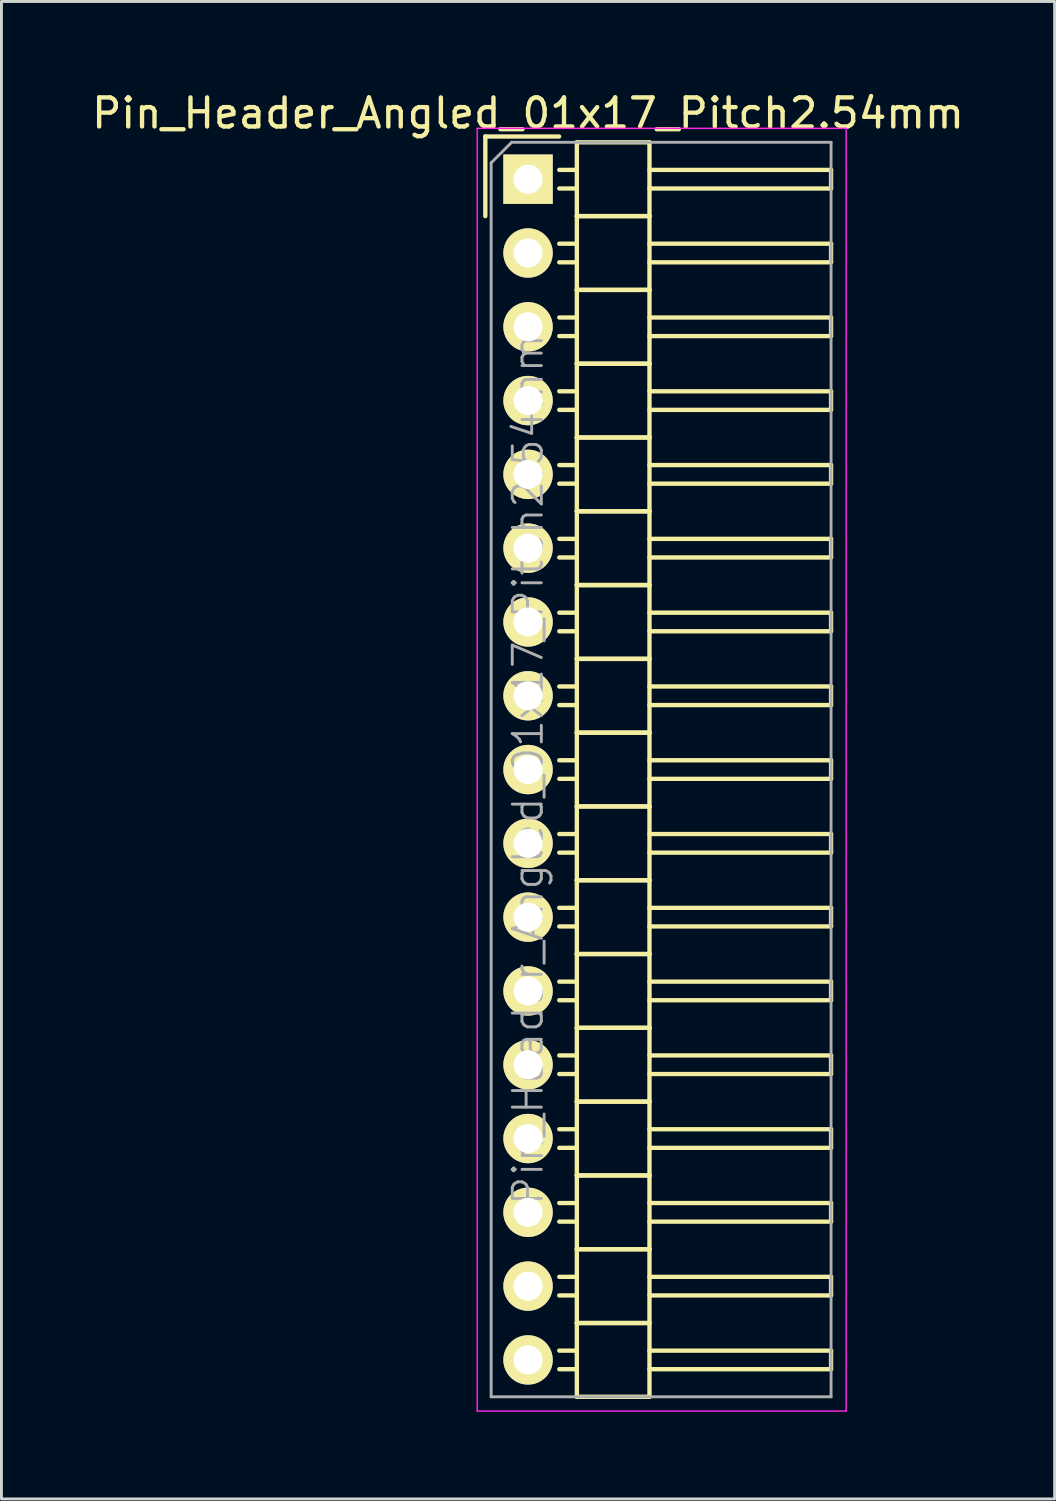
<source format=kicad_pcb>
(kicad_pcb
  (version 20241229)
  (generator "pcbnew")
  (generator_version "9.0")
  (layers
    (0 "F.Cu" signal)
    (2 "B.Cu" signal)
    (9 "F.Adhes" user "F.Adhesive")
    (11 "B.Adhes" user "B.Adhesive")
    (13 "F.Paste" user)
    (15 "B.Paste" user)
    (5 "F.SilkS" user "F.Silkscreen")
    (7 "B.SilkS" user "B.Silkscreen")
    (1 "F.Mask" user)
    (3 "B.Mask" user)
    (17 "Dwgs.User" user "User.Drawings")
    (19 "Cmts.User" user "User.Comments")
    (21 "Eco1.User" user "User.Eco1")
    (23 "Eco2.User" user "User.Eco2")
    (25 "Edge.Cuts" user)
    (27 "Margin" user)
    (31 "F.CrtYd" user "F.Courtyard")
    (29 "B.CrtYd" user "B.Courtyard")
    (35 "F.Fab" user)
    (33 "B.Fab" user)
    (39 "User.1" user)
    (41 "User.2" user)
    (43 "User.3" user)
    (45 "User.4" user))
  (footprint "Pin_Header_Angled_01x17_Pitch2.54mm"
    (layer "F.Cu")
    (at 15.125 3.118)
    (property "Reference" "Pin_Header_Angled_01x17_Pitch2.54mm" (at 0 -2.27 0) (layer "F.SilkS") (effects (font (size 1 1) (thickness 0.15))))
    (attr smd)
    (fp_line (start -1.47 -1.47) (end -1.47 1.27) (stroke (width 0.15) (type solid)) (layer "F.SilkS"))
    (fp_line (start -1.47 -1.47) (end 1.07 -1.47) (stroke (width 0.15) (type solid)) (layer "F.SilkS"))
    (fp_line (start 1.68 -0.32) (end 1.075 -0.32) (stroke (width 0.15) (type solid)) (layer "F.SilkS"))
    (fp_line (start 1.68 0.32) (end 1.075 0.32) (stroke (width 0.15) (type solid)) (layer "F.SilkS"))
    (fp_line (start 1.68 1.27) (end 1.68 -1.27) (stroke (width 0.15) (type solid)) (layer "F.SilkS"))
    (fp_line (start 1.68 2.22) (end 1.075 2.22) (stroke (width 0.15) (type solid)) (layer "F.SilkS"))
    (fp_line (start 1.68 2.86) (end 1.075 2.86) (stroke (width 0.15) (type solid)) (layer "F.SilkS"))
    (fp_line (start 1.68 3.81) (end 1.68 1.27) (stroke (width 0.15) (type solid)) (layer "F.SilkS"))
    (fp_line (start 1.68 4.76) (end 1.075 4.76) (stroke (width 0.15) (type solid)) (layer "F.SilkS"))
    (fp_line (start 1.68 5.4) (end 1.075 5.4) (stroke (width 0.15) (type solid)) (layer "F.SilkS"))
    (fp_line (start 1.68 6.35) (end 1.68 3.81) (stroke (width 0.15) (type solid)) (layer "F.SilkS"))
    (fp_line (start 1.68 7.3) (end 1.075 7.3) (stroke (width 0.15) (type solid)) (layer "F.SilkS"))
    (fp_line (start 1.68 7.94) (end 1.075 7.94) (stroke (width 0.15) (type solid)) (layer "F.SilkS"))
    (fp_line (start 1.68 8.89) (end 1.68 6.35) (stroke (width 0.15) (type solid)) (layer "F.SilkS"))
    (fp_line (start 1.68 9.84) (end 1.075 9.84) (stroke (width 0.15) (type solid)) (layer "F.SilkS"))
    (fp_line (start 1.68 10.48) (end 1.075 10.48) (stroke (width 0.15) (type solid)) (layer "F.SilkS"))
    (fp_line (start 1.68 11.43) (end 1.68 8.89) (stroke (width 0.15) (type solid)) (layer "F.SilkS"))
    (fp_line (start 1.68 12.38) (end 1.075 12.38) (stroke (width 0.15) (type solid)) (layer "F.SilkS"))
    (fp_line (start 1.68 13.02) (end 1.075 13.02) (stroke (width 0.15) (type solid)) (layer "F.SilkS"))
    (fp_line (start 1.68 13.97) (end 1.68 11.43) (stroke (width 0.15) (type solid)) (layer "F.SilkS"))
    (fp_line (start 1.68 14.92) (end 1.075 14.92) (stroke (width 0.15) (type solid)) (layer "F.SilkS"))
    (fp_line (start 1.68 15.56) (end 1.075 15.56) (stroke (width 0.15) (type solid)) (layer "F.SilkS"))
    (fp_line (start 1.68 16.51) (end 1.68 13.97) (stroke (width 0.15) (type solid)) (layer "F.SilkS"))
    (fp_line (start 1.68 17.46) (end 1.075 17.46) (stroke (width 0.15) (type solid)) (layer "F.SilkS"))
    (fp_line (start 1.68 18.1) (end 1.075 18.1) (stroke (width 0.15) (type solid)) (layer "F.SilkS"))
    (fp_line (start 1.68 19.05) (end 1.68 16.51) (stroke (width 0.15) (type solid)) (layer "F.SilkS"))
    (fp_line (start 1.68 20) (end 1.075 20) (stroke (width 0.15) (type solid)) (layer "F.SilkS"))
    (fp_line (start 1.68 20.64) (end 1.075 20.64) (stroke (width 0.15) (type solid)) (layer "F.SilkS"))
    (fp_line (start 1.68 21.59) (end 1.68 19.05) (stroke (width 0.15) (type solid)) (layer "F.SilkS"))
    (fp_line (start 1.68 22.54) (end 1.075 22.54) (stroke (width 0.15) (type solid)) (layer "F.SilkS"))
    (fp_line (start 1.68 23.18) (end 1.075 23.18) (stroke (width 0.15) (type solid)) (layer "F.SilkS"))
    (fp_line (start 1.68 24.13) (end 1.68 21.59) (stroke (width 0.15) (type solid)) (layer "F.SilkS"))
    (fp_line (start 1.68 25.08) (end 1.075 25.08) (stroke (width 0.15) (type solid)) (layer "F.SilkS"))
    (fp_line (start 1.68 25.72) (end 1.075 25.72) (stroke (width 0.15) (type solid)) (layer "F.SilkS"))
    (fp_line (start 1.68 26.67) (end 1.68 24.13) (stroke (width 0.15) (type solid)) (layer "F.SilkS"))
    (fp_line (start 1.68 27.62) (end 1.075 27.62) (stroke (width 0.15) (type solid)) (layer "F.SilkS"))
    (fp_line (start 1.68 28.26) (end 1.075 28.26) (stroke (width 0.15) (type solid)) (layer "F.SilkS"))
    (fp_line (start 1.68 29.21) (end 1.68 26.67) (stroke (width 0.15) (type solid)) (layer "F.SilkS"))
    (fp_line (start 1.68 30.16) (end 1.075 30.16) (stroke (width 0.15) (type solid)) (layer "F.SilkS"))
    (fp_line (start 1.68 30.8) (end 1.075 30.8) (stroke (width 0.15) (type solid)) (layer "F.SilkS"))
    (fp_line (start 1.68 31.75) (end 1.68 29.21) (stroke (width 0.15) (type solid)) (layer "F.SilkS"))
    (fp_line (start 1.68 32.7) (end 1.075 32.7) (stroke (width 0.15) (type solid)) (layer "F.SilkS"))
    (fp_line (start 1.68 33.34) (end 1.075 33.34) (stroke (width 0.15) (type solid)) (layer "F.SilkS"))
    (fp_line (start 1.68 34.29) (end 1.68 31.75) (stroke (width 0.15) (type solid)) (layer "F.SilkS"))
    (fp_line (start 1.68 35.24) (end 1.075 35.24) (stroke (width 0.15) (type solid)) (layer "F.SilkS"))
    (fp_line (start 1.68 35.88) (end 1.075 35.88) (stroke (width 0.15) (type solid)) (layer "F.SilkS"))
    (fp_line (start 1.68 36.83) (end 1.68 34.29) (stroke (width 0.15) (type solid)) (layer "F.SilkS"))
    (fp_line (start 1.68 37.78) (end 1.075 37.78) (stroke (width 0.15) (type solid)) (layer "F.SilkS"))
    (fp_line (start 1.68 38.42) (end 1.075 38.42) (stroke (width 0.15) (type solid)) (layer "F.SilkS"))
    (fp_line (start 1.68 39.37) (end 1.68 36.83) (stroke (width 0.15) (type solid)) (layer "F.SilkS"))
    (fp_line (start 1.68 40.32) (end 1.075 40.32) (stroke (width 0.15) (type solid)) (layer "F.SilkS"))
    (fp_line (start 1.68 40.96) (end 1.075 40.96) (stroke (width 0.15) (type solid)) (layer "F.SilkS"))
    (fp_line (start 1.68 41.91) (end 1.68 39.37) (stroke (width 0.15) (type solid)) (layer "F.SilkS"))
    (fp_line (start 4.18 -1.27) (end 1.68 -1.27) (stroke (width 0.15) (type solid)) (layer "F.SilkS"))
    (fp_line (start 4.18 -0.32) (end 10.43 -0.32) (stroke (width 0.15) (type solid)) (layer "F.SilkS"))
    (fp_line (start 4.18 0.32) (end 10.43 0.32) (stroke (width 0.15) (type solid)) (layer "F.SilkS"))
    (fp_line (start 4.18 1.27) (end 1.68 1.27) (stroke (width 0.15) (type solid)) (layer "F.SilkS"))
    (fp_line (start 4.18 1.27) (end 1.68 1.27) (stroke (width 0.15) (type solid)) (layer "F.SilkS"))
    (fp_line (start 4.18 1.27) (end 4.18 -1.27) (stroke (width 0.15) (type solid)) (layer "F.SilkS"))
    (fp_line (start 4.18 2.22) (end 10.43 2.22) (stroke (width 0.15) (type solid)) (layer "F.SilkS"))
    (fp_line (start 4.18 2.86) (end 10.43 2.86) (stroke (width 0.15) (type solid)) (layer "F.SilkS"))
    (fp_line (start 4.18 3.81) (end 1.68 3.81) (stroke (width 0.15) (type solid)) (layer "F.SilkS"))
    (fp_line (start 4.18 3.81) (end 1.68 3.81) (stroke (width 0.15) (type solid)) (layer "F.SilkS"))
    (fp_line (start 4.18 3.81) (end 4.18 1.27) (stroke (width 0.15) (type solid)) (layer "F.SilkS"))
    (fp_line (start 4.18 4.76) (end 10.43 4.76) (stroke (width 0.15) (type solid)) (layer "F.SilkS"))
    (fp_line (start 4.18 5.4) (end 10.43 5.4) (stroke (width 0.15) (type solid)) (layer "F.SilkS"))
    (fp_line (start 4.18 6.35) (end 1.68 6.35) (stroke (width 0.15) (type solid)) (layer "F.SilkS"))
    (fp_line (start 4.18 6.35) (end 1.68 6.35) (stroke (width 0.15) (type solid)) (layer "F.SilkS"))
    (fp_line (start 4.18 6.35) (end 4.18 3.81) (stroke (width 0.15) (type solid)) (layer "F.SilkS"))
    (fp_line (start 4.18 7.3) (end 10.43 7.3) (stroke (width 0.15) (type solid)) (layer "F.SilkS"))
    (fp_line (start 4.18 7.94) (end 10.43 7.94) (stroke (width 0.15) (type solid)) (layer "F.SilkS"))
    (fp_line (start 4.18 8.89) (end 1.68 8.89) (stroke (width 0.15) (type solid)) (layer "F.SilkS"))
    (fp_line (start 4.18 8.89) (end 1.68 8.89) (stroke (width 0.15) (type solid)) (layer "F.SilkS"))
    (fp_line (start 4.18 8.89) (end 4.18 6.35) (stroke (width 0.15) (type solid)) (layer "F.SilkS"))
    (fp_line (start 4.18 9.84) (end 10.43 9.84) (stroke (width 0.15) (type solid)) (layer "F.SilkS"))
    (fp_line (start 4.18 10.48) (end 10.43 10.48) (stroke (width 0.15) (type solid)) (layer "F.SilkS"))
    (fp_line (start 4.18 11.43) (end 1.68 11.43) (stroke (width 0.15) (type solid)) (layer "F.SilkS"))
    (fp_line (start 4.18 11.43) (end 1.68 11.43) (stroke (width 0.15) (type solid)) (layer "F.SilkS"))
    (fp_line (start 4.18 11.43) (end 4.18 8.89) (stroke (width 0.15) (type solid)) (layer "F.SilkS"))
    (fp_line (start 4.18 12.38) (end 10.43 12.38) (stroke (width 0.15) (type solid)) (layer "F.SilkS"))
    (fp_line (start 4.18 13.02) (end 10.43 13.02) (stroke (width 0.15) (type solid)) (layer "F.SilkS"))
    (fp_line (start 4.18 13.97) (end 1.68 13.97) (stroke (width 0.15) (type solid)) (layer "F.SilkS"))
    (fp_line (start 4.18 13.97) (end 1.68 13.97) (stroke (width 0.15) (type solid)) (layer "F.SilkS"))
    (fp_line (start 4.18 13.97) (end 4.18 11.43) (stroke (width 0.15) (type solid)) (layer "F.SilkS"))
    (fp_line (start 4.18 14.92) (end 10.43 14.92) (stroke (width 0.15) (type solid)) (layer "F.SilkS"))
    (fp_line (start 4.18 15.56) (end 10.43 15.56) (stroke (width 0.15) (type solid)) (layer "F.SilkS"))
    (fp_line (start 4.18 16.51) (end 1.68 16.51) (stroke (width 0.15) (type solid)) (layer "F.SilkS"))
    (fp_line (start 4.18 16.51) (end 1.68 16.51) (stroke (width 0.15) (type solid)) (layer "F.SilkS"))
    (fp_line (start 4.18 16.51) (end 4.18 13.97) (stroke (width 0.15) (type solid)) (layer "F.SilkS"))
    (fp_line (start 4.18 17.46) (end 10.43 17.46) (stroke (width 0.15) (type solid)) (layer "F.SilkS"))
    (fp_line (start 4.18 18.1) (end 10.43 18.1) (stroke (width 0.15) (type solid)) (layer "F.SilkS"))
    (fp_line (start 4.18 19.05) (end 1.68 19.05) (stroke (width 0.15) (type solid)) (layer "F.SilkS"))
    (fp_line (start 4.18 19.05) (end 1.68 19.05) (stroke (width 0.15) (type solid)) (layer "F.SilkS"))
    (fp_line (start 4.18 19.05) (end 4.18 16.51) (stroke (width 0.15) (type solid)) (layer "F.SilkS"))
    (fp_line (start 4.18 20) (end 10.43 20) (stroke (width 0.15) (type solid)) (layer "F.SilkS"))
    (fp_line (start 4.18 20.64) (end 10.43 20.64) (stroke (width 0.15) (type solid)) (layer "F.SilkS"))
    (fp_line (start 4.18 21.59) (end 1.68 21.59) (stroke (width 0.15) (type solid)) (layer "F.SilkS"))
    (fp_line (start 4.18 21.59) (end 1.68 21.59) (stroke (width 0.15) (type solid)) (layer "F.SilkS"))
    (fp_line (start 4.18 21.59) (end 4.18 19.05) (stroke (width 0.15) (type solid)) (layer "F.SilkS"))
    (fp_line (start 4.18 22.54) (end 10.43 22.54) (stroke (width 0.15) (type solid)) (layer "F.SilkS"))
    (fp_line (start 4.18 23.18) (end 10.43 23.18) (stroke (width 0.15) (type solid)) (layer "F.SilkS"))
    (fp_line (start 4.18 24.13) (end 1.68 24.13) (stroke (width 0.15) (type solid)) (layer "F.SilkS"))
    (fp_line (start 4.18 24.13) (end 1.68 24.13) (stroke (width 0.15) (type solid)) (layer "F.SilkS"))
    (fp_line (start 4.18 24.13) (end 4.18 21.59) (stroke (width 0.15) (type solid)) (layer "F.SilkS"))
    (fp_line (start 4.18 25.08) (end 10.43 25.08) (stroke (width 0.15) (type solid)) (layer "F.SilkS"))
    (fp_line (start 4.18 25.72) (end 10.43 25.72) (stroke (width 0.15) (type solid)) (layer "F.SilkS"))
    (fp_line (start 4.18 26.67) (end 1.68 26.67) (stroke (width 0.15) (type solid)) (layer "F.SilkS"))
    (fp_line (start 4.18 26.67) (end 1.68 26.67) (stroke (width 0.15) (type solid)) (layer "F.SilkS"))
    (fp_line (start 4.18 26.67) (end 4.18 24.13) (stroke (width 0.15) (type solid)) (layer "F.SilkS"))
    (fp_line (start 4.18 27.62) (end 10.43 27.62) (stroke (width 0.15) (type solid)) (layer "F.SilkS"))
    (fp_line (start 4.18 28.26) (end 10.43 28.26) (stroke (width 0.15) (type solid)) (layer "F.SilkS"))
    (fp_line (start 4.18 29.21) (end 1.68 29.21) (stroke (width 0.15) (type solid)) (layer "F.SilkS"))
    (fp_line (start 4.18 29.21) (end 1.68 29.21) (stroke (width 0.15) (type solid)) (layer "F.SilkS"))
    (fp_line (start 4.18 29.21) (end 4.18 26.67) (stroke (width 0.15) (type solid)) (layer "F.SilkS"))
    (fp_line (start 4.18 30.16) (end 10.43 30.16) (stroke (width 0.15) (type solid)) (layer "F.SilkS"))
    (fp_line (start 4.18 30.8) (end 10.43 30.8) (stroke (width 0.15) (type solid)) (layer "F.SilkS"))
    (fp_line (start 4.18 31.75) (end 1.68 31.75) (stroke (width 0.15) (type solid)) (layer "F.SilkS"))
    (fp_line (start 4.18 31.75) (end 1.68 31.75) (stroke (width 0.15) (type solid)) (layer "F.SilkS"))
    (fp_line (start 4.18 31.75) (end 4.18 29.21) (stroke (width 0.15) (type solid)) (layer "F.SilkS"))
    (fp_line (start 4.18 32.7) (end 10.43 32.7) (stroke (width 0.15) (type solid)) (layer "F.SilkS"))
    (fp_line (start 4.18 33.34) (end 10.43 33.34) (stroke (width 0.15) (type solid)) (layer "F.SilkS"))
    (fp_line (start 4.18 34.29) (end 1.68 34.29) (stroke (width 0.15) (type solid)) (layer "F.SilkS"))
    (fp_line (start 4.18 34.29) (end 1.68 34.29) (stroke (width 0.15) (type solid)) (layer "F.SilkS"))
    (fp_line (start 4.18 34.29) (end 4.18 31.75) (stroke (width 0.15) (type solid)) (layer "F.SilkS"))
    (fp_line (start 4.18 35.24) (end 10.43 35.24) (stroke (width 0.15) (type solid)) (layer "F.SilkS"))
    (fp_line (start 4.18 35.88) (end 10.43 35.88) (stroke (width 0.15) (type solid)) (layer "F.SilkS"))
    (fp_line (start 4.18 36.83) (end 1.68 36.83) (stroke (width 0.15) (type solid)) (layer "F.SilkS"))
    (fp_line (start 4.18 36.83) (end 1.68 36.83) (stroke (width 0.15) (type solid)) (layer "F.SilkS"))
    (fp_line (start 4.18 36.83) (end 4.18 34.29) (stroke (width 0.15) (type solid)) (layer "F.SilkS"))
    (fp_line (start 4.18 37.78) (end 10.43 37.78) (stroke (width 0.15) (type solid)) (layer "F.SilkS"))
    (fp_line (start 4.18 38.42) (end 10.43 38.42) (stroke (width 0.15) (type solid)) (layer "F.SilkS"))
    (fp_line (start 4.18 39.37) (end 1.68 39.37) (stroke (width 0.15) (type solid)) (layer "F.SilkS"))
    (fp_line (start 4.18 39.37) (end 1.68 39.37) (stroke (width 0.15) (type solid)) (layer "F.SilkS"))
    (fp_line (start 4.18 39.37) (end 4.18 36.83) (stroke (width 0.15) (type solid)) (layer "F.SilkS"))
    (fp_line (start 4.18 40.32) (end 10.43 40.32) (stroke (width 0.15) (type solid)) (layer "F.SilkS"))
    (fp_line (start 4.18 40.96) (end 10.43 40.96) (stroke (width 0.15) (type solid)) (layer "F.SilkS"))
    (fp_line (start 4.18 41.91) (end 1.68 41.91) (stroke (width 0.15) (type solid)) (layer "F.SilkS"))
    (fp_line (start 4.18 41.91) (end 4.18 39.37) (stroke (width 0.15) (type solid)) (layer "F.SilkS"))
    (fp_line (start 10.43 0.32) (end 10.43 -0.32) (stroke (width 0.15) (type solid)) (layer "F.SilkS"))
    (fp_line (start 10.43 2.86) (end 10.43 2.22) (stroke (width 0.15) (type solid)) (layer "F.SilkS"))
    (fp_line (start 10.43 5.4) (end 10.43 4.76) (stroke (width 0.15) (type solid)) (layer "F.SilkS"))
    (fp_line (start 10.43 7.94) (end 10.43 7.3) (stroke (width 0.15) (type solid)) (layer "F.SilkS"))
    (fp_line (start 10.43 10.48) (end 10.43 9.84) (stroke (width 0.15) (type solid)) (layer "F.SilkS"))
    (fp_line (start 10.43 13.02) (end 10.43 12.38) (stroke (width 0.15) (type solid)) (layer "F.SilkS"))
    (fp_line (start 10.43 15.56) (end 10.43 14.92) (stroke (width 0.15) (type solid)) (layer "F.SilkS"))
    (fp_line (start 10.43 18.1) (end 10.43 17.46) (stroke (width 0.15) (type solid)) (layer "F.SilkS"))
    (fp_line (start 10.43 20.64) (end 10.43 20) (stroke (width 0.15) (type solid)) (layer "F.SilkS"))
    (fp_line (start 10.43 23.18) (end 10.43 22.54) (stroke (width 0.15) (type solid)) (layer "F.SilkS"))
    (fp_line (start 10.43 25.72) (end 10.43 25.08) (stroke (width 0.15) (type solid)) (layer "F.SilkS"))
    (fp_line (start 10.43 28.26) (end 10.43 27.62) (stroke (width 0.15) (type solid)) (layer "F.SilkS"))
    (fp_line (start 10.43 30.8) (end 10.43 30.16) (stroke (width 0.15) (type solid)) (layer "F.SilkS"))
    (fp_line (start 10.43 33.34) (end 10.43 32.7) (stroke (width 0.15) (type solid)) (layer "F.SilkS"))
    (fp_line (start 10.43 35.88) (end 10.43 35.24) (stroke (width 0.15) (type solid)) (layer "F.SilkS"))
    (fp_line (start 10.43 38.42) (end 10.43 37.78) (stroke (width 0.15) (type solid)) (layer "F.SilkS"))
    (fp_line (start 10.43 40.96) (end 10.43 40.32) (stroke (width 0.15) (type solid)) (layer "F.SilkS"))
    (fp_line (start -1.75 -1.75) (end -1.75 42.4) (stroke (width 0.05) (type solid)) (layer "F.CrtYd"))
    (fp_line (start 10.95 -1.75) (end -1.75 -1.75) (stroke (width 0.05) (type solid)) (layer "F.CrtYd"))
    (fp_line (start 10.95 -1.75) (end 10.95 42.4) (stroke (width 0.05) (type solid)) (layer "F.CrtYd"))
    (fp_line (start 10.95 42.4) (end -1.75 42.4) (stroke (width 0.05) (type solid)) (layer "F.CrtYd"))
    (fp_line (start -1.27 -0.563) (end -0.563 -1.27) (stroke (width 0.1) (type solid)) (layer "F.Fab"))
    (fp_line (start -1.27 41.91) (end -1.27 -0.563) (stroke (width 0.1) (type solid)) (layer "F.Fab"))
    (fp_line (start 10.43 -1.27) (end -0.563 -1.27) (stroke (width 0.1) (type solid)) (layer "F.Fab"))
    (fp_line (start 10.43 41.91) (end -1.27 41.91) (stroke (width 0.1) (type solid)) (layer "F.Fab"))
    (fp_line (start 10.43 41.91) (end 10.43 -1.27) (stroke (width 0.1) (type solid)) (layer "F.Fab"))
    (fp_text user "${REFERENCE}" (at 0 20.32 90) (layer "F.Fab") (effects (font (size 1 1) (thickness 0.1))))
    (pad "1" thru_hole rect (at 0 0) (size 1.7 1.7) (drill 1) (layers "*.Cu" "*.Mask" "F.SilkS"))
    (pad "2" thru_hole oval (at 0 2.54) (size 1.7 1.7) (drill 1) (layers "*.Cu" "*.Mask" "F.SilkS"))
    (pad "3" thru_hole oval (at 0 5.08) (size 1.7 1.7) (drill 1) (layers "*.Cu" "*.Mask" "F.SilkS"))
    (pad "4" thru_hole oval (at 0 7.62) (size 1.7 1.7) (drill 1) (layers "*.Cu" "*.Mask" "F.SilkS"))
    (pad "5" thru_hole oval (at 0 10.16) (size 1.7 1.7) (drill 1) (layers "*.Cu" "*.Mask" "F.SilkS"))
    (pad "6" thru_hole oval (at 0 12.7) (size 1.7 1.7) (drill 1) (layers "*.Cu" "*.Mask" "F.SilkS"))
    (pad "7" thru_hole oval (at 0 15.24) (size 1.7 1.7) (drill 1) (layers "*.Cu" "*.Mask" "F.SilkS"))
    (pad "8" thru_hole oval (at 0 17.78) (size 1.7 1.7) (drill 1) (layers "*.Cu" "*.Mask" "F.SilkS"))
    (pad "9" thru_hole oval (at 0 20.32) (size 1.7 1.7) (drill 1) (layers "*.Cu" "*.Mask" "F.SilkS"))
    (pad "10" thru_hole oval (at 0 22.86) (size 1.7 1.7) (drill 1) (layers "*.Cu" "*.Mask" "F.SilkS"))
    (pad "11" thru_hole oval (at 0 25.4) (size 1.7 1.7) (drill 1) (layers "*.Cu" "*.Mask" "F.SilkS"))
    (pad "12" thru_hole oval (at 0 27.94) (size 1.7 1.7) (drill 1) (layers "*.Cu" "*.Mask" "F.SilkS"))
    (pad "13" thru_hole oval (at 0 30.48) (size 1.7 1.7) (drill 1) (layers "*.Cu" "*.Mask" "F.SilkS"))
    (pad "14" thru_hole oval (at 0 33.02) (size 1.7 1.7) (drill 1) (layers "*.Cu" "*.Mask" "F.SilkS"))
    (pad "15" thru_hole oval (at 0 35.56) (size 1.7 1.7) (drill 1) (layers "*.Cu" "*.Mask" "F.SilkS"))
    (pad "16" thru_hole oval (at 0 38.1) (size 1.7 1.7) (drill 1) (layers "*.Cu" "*.Mask" "F.SilkS"))
    (pad "17" thru_hole oval (at 0 40.64) (size 1.7 1.7) (drill 1) (layers "*.Cu" "*.Mask" "F.SilkS")))
  (gr_rect
    (start -3 -3)
    (end 33.25 48.543)
    (stroke (width 0.1) (type default))
    (fill no)
    (layer "Edge.Cuts")))
</source>
